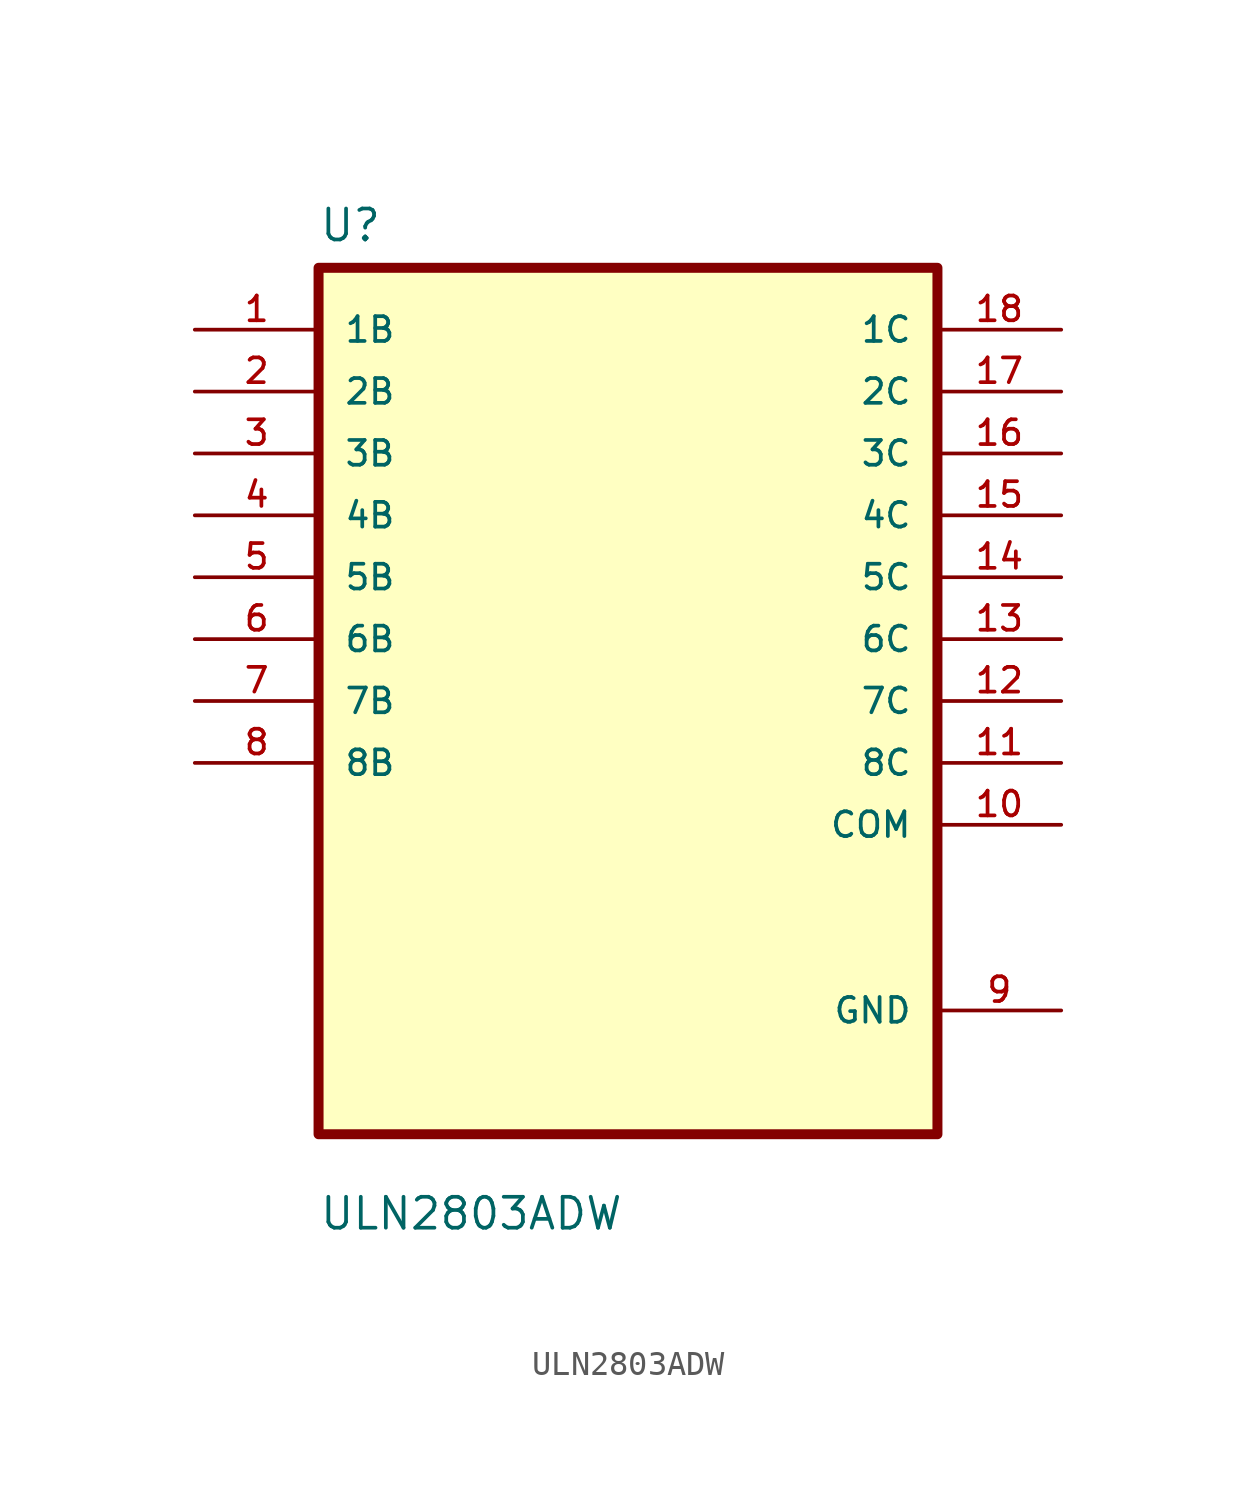
<source format=kicad_sym>
(kicad_symbol_lib
  (version 20211014)
  (generator kicad_symbol_editor)
  (symbol "ULN2803ADW"
    (pin_names
      (offset 1.016))
    (property "Reference" "U"
      (at -12.7 18.78 0.0)
      (effects (font (size 1.27 1.27)) (justify bottom left)))
    (property "Value" "ULN2803ADW"
      (at -12.7 -21.78 0.0)
      (effects (font (size 1.27 1.27)) (justify bottom left)))
    (symbol "ULN2803ADW_0_0"
      (rectangle (start -12.7 -17.78) (end 12.7 17.78) (stroke (width 0.41)) (fill (type background)))
      (pin input line (at -17.78 15.24 0) (length 5.08) (name "1B" (effects (font (size 1.016 1.016)))) (number "1" (effects (font (size 1.016 1.016)))))
      (pin input line (at -17.78 12.7 0) (length 5.08) (name "2B" (effects (font (size 1.016 1.016)))) (number "2" (effects (font (size 1.016 1.016)))))
      (pin input line (at -17.78 10.16 0) (length 5.08) (name "3B" (effects (font (size 1.016 1.016)))) (number "3" (effects (font (size 1.016 1.016)))))
      (pin input line (at -17.78 7.62 0) (length 5.08) (name "4B" (effects (font (size 1.016 1.016)))) (number "4" (effects (font (size 1.016 1.016)))))
      (pin input line (at -17.78 5.08 0) (length 5.08) (name "5B" (effects (font (size 1.016 1.016)))) (number "5" (effects (font (size 1.016 1.016)))))
      (pin input line (at -17.78 2.54 0) (length 5.08) (name "6B" (effects (font (size 1.016 1.016)))) (number "6" (effects (font (size 1.016 1.016)))))
      (pin input line (at -17.78 3.55271e-15 0) (length 5.08) (name "7B" (effects (font (size 1.016 1.016)))) (number "7" (effects (font (size 1.016 1.016)))))
      (pin input line (at -17.78 -2.54 0) (length 5.08) (name "8B" (effects (font (size 1.016 1.016)))) (number "8" (effects (font (size 1.016 1.016)))))
      (pin output line (at 17.78 15.24 180.0) (length 5.08) (name "1C" (effects (font (size 1.016 1.016)))) (number "18" (effects (font (size 1.016 1.016)))))
      (pin output line (at 17.78 12.7 180.0) (length 5.08) (name "2C" (effects (font (size 1.016 1.016)))) (number "17" (effects (font (size 1.016 1.016)))))
      (pin output line (at 17.78 10.16 180.0) (length 5.08) (name "3C" (effects (font (size 1.016 1.016)))) (number "16" (effects (font (size 1.016 1.016)))))
      (pin output line (at 17.78 7.62 180.0) (length 5.08) (name "4C" (effects (font (size 1.016 1.016)))) (number "15" (effects (font (size 1.016 1.016)))))
      (pin output line (at 17.78 5.08 180.0) (length 5.08) (name "5C" (effects (font (size 1.016 1.016)))) (number "14" (effects (font (size 1.016 1.016)))))
      (pin output line (at 17.78 2.54 180.0) (length 5.08) (name "6C" (effects (font (size 1.016 1.016)))) (number "13" (effects (font (size 1.016 1.016)))))
      (pin output line (at 17.78 3.55271e-15 180.0) (length 5.08) (name "7C" (effects (font (size 1.016 1.016)))) (number "12" (effects (font (size 1.016 1.016)))))
      (pin output line (at 17.78 -2.54 180.0) (length 5.08) (name "8C" (effects (font (size 1.016 1.016)))) (number "11" (effects (font (size 1.016 1.016)))))
      (pin output line (at 17.78 -5.08 180.0) (length 5.08) (name "COM" (effects (font (size 1.016 1.016)))) (number "10" (effects (font (size 1.016 1.016)))))
      (pin power_in line (at 17.78 -12.7 180.0) (length 5.08) (name "GND" (effects (font (size 1.016 1.016)))) (number "9" (effects (font (size 1.016 1.016))))))))
</source>
